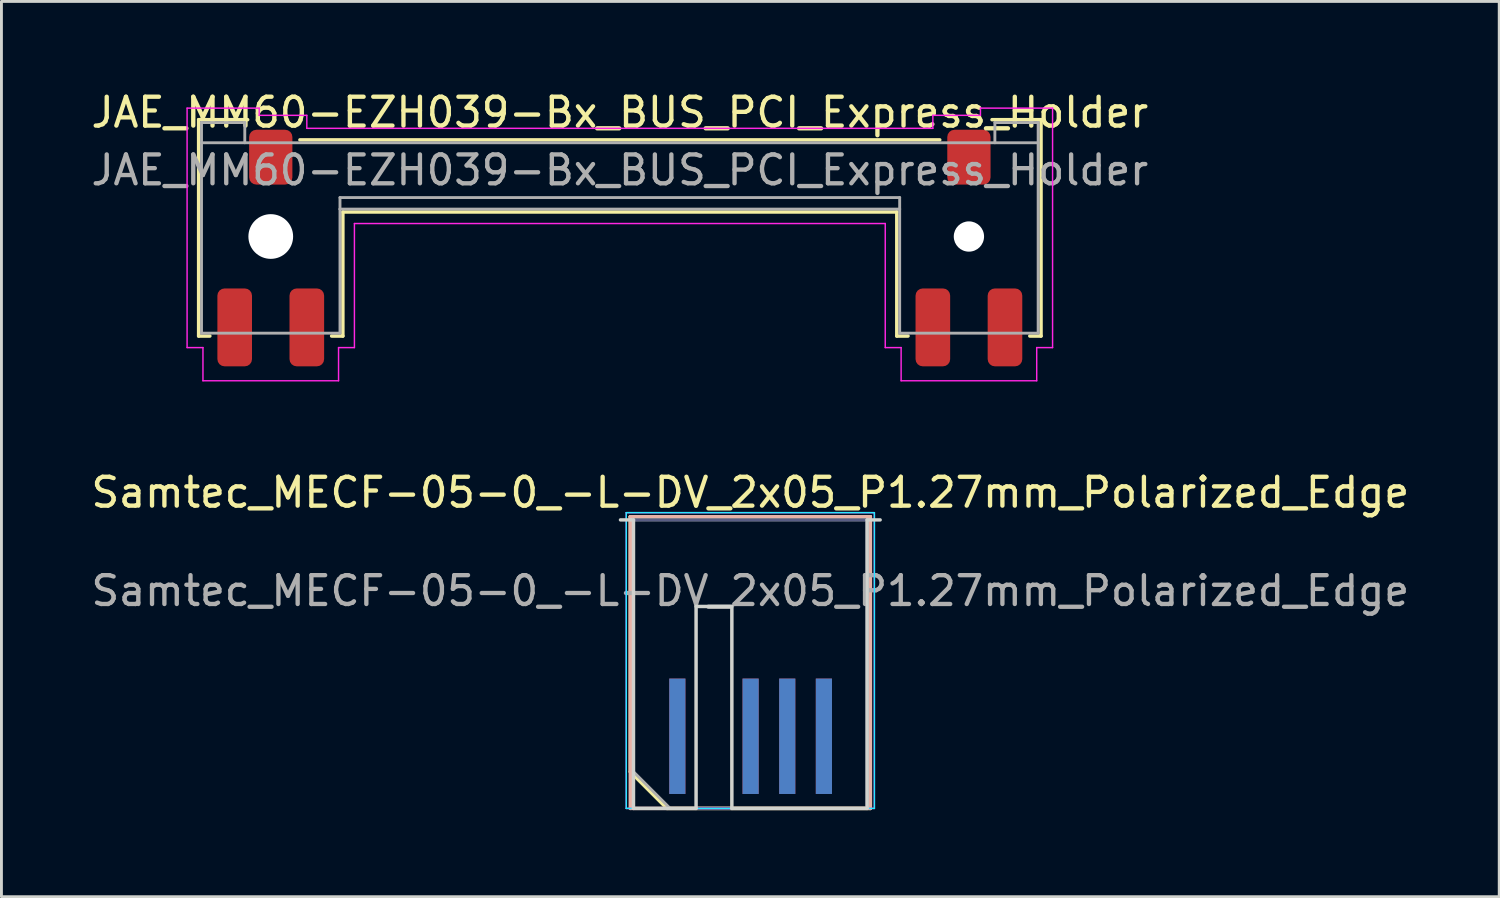
<source format=kicad_pcb>
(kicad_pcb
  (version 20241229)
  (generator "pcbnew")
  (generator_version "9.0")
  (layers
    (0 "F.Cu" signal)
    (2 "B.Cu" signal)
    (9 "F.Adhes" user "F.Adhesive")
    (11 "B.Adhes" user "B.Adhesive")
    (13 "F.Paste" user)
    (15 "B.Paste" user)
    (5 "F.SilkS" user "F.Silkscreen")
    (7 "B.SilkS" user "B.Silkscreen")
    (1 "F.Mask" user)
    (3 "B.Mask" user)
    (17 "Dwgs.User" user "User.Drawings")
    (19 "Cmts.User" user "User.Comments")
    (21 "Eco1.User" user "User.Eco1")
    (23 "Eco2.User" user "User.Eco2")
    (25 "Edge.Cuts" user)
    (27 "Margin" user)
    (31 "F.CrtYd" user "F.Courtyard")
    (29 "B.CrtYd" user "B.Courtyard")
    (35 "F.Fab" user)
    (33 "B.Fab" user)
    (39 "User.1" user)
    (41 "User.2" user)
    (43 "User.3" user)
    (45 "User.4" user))
  (footprint "Samtec_MECF-05-0_-L-DV_2x05_P1.27mm_Polarized_Edge"
    (layer "F.Cu")
    (at 22.958 19.971)
    (property "Reference" "Samtec_MECF-05-0_-L-DV_2x05_P1.27mm_Polarized_Edge" (at 0 -5.95 0) (layer "F.SilkS") (effects (font (size 1 1) (thickness 0.15))))
    (attr exclude_from_pos_files exclude_from_bom)
    (fp_line (start -4.16 -5.11) (end 4.16 -5.11) (stroke (width 0.12) (type solid)) (layer "F.SilkS"))
    (fp_line (start -4.16 3.73) (end -4.16 -5.11) (stroke (width 0.12) (type solid)) (layer "F.SilkS"))
    (fp_line (start -2.89 5) (end -4.16 3.73) (stroke (width 0.12) (type solid)) (layer "F.SilkS"))
    (fp_line (start -2.89 5) (end 4.16 5) (stroke (width 0.12) (type solid)) (layer "F.SilkS"))
    (fp_line (start 4.16 5) (end 4.16 -5.11) (stroke (width 0.12) (type solid)) (layer "F.SilkS"))
    (fp_line (start -4.16 -5.11) (end 4.16 -5.11) (stroke (width 0.12) (type solid)) (layer "B.SilkS"))
    (fp_line (start -4.16 5) (end -4.16 -5.11) (stroke (width 0.12) (type solid)) (layer "B.SilkS"))
    (fp_line (start -4.16 5) (end 4.16 5) (stroke (width 0.12) (type solid)) (layer "B.SilkS"))
    (fp_line (start 4.16 5) (end 4.16 -5.11) (stroke (width 0.12) (type solid)) (layer "B.SilkS"))
    (fp_line (start -4.5 -5) (end -4.05 -5) (stroke (width 0.12) (type solid)) (layer "Edge.Cuts"))
    (fp_line (start -4.05 5) (end -4.05 -5) (stroke (width 0.12) (type solid)) (layer "Edge.Cuts"))
    (fp_line (start -4.05 5) (end -1.88 5) (stroke (width 0.12) (type solid)) (layer "Edge.Cuts"))
    (fp_line (start -1.88 -2) (end -0.64 -2) (stroke (width 0.12) (type solid)) (layer "Edge.Cuts"))
    (fp_line (start -1.88 5) (end -1.88 -2) (stroke (width 0.12) (type solid)) (layer "Edge.Cuts"))
    (fp_line (start -0.64 5) (end -0.64 -2) (stroke (width 0.12) (type solid)) (layer "Edge.Cuts"))
    (fp_line (start -0.64 5) (end 4.05 5) (stroke (width 0.12) (type solid)) (layer "Edge.Cuts"))
    (fp_line (start 4.05 5) (end 4.05 -5) (stroke (width 0.12) (type solid)) (layer "Edge.Cuts"))
    (fp_line (start 4.5 -5) (end 4.05 -5) (stroke (width 0.12) (type solid)) (layer "Edge.Cuts"))
    (fp_line (start -4.3 -5.25) (end -4.3 5) (stroke (width 0.05) (type solid)) (layer "B.CrtYd"))
    (fp_line (start -4.3 5) (end 4.3 5) (stroke (width 0.05) (type solid)) (layer "B.CrtYd"))
    (fp_line (start 4.3 -5.25) (end -4.3 -5.25) (stroke (width 0.05) (type solid)) (layer "B.CrtYd"))
    (fp_line (start 4.3 5) (end 4.3 -5.25) (stroke (width 0.05) (type solid)) (layer "B.CrtYd"))
    (fp_line (start -4.3 -5.25) (end -4.3 5) (stroke (width 0.05) (type solid)) (layer "F.CrtYd"))
    (fp_line (start -4.3 5) (end 4.3 5) (stroke (width 0.05) (type solid)) (layer "F.CrtYd"))
    (fp_line (start 4.3 -5.25) (end -4.3 -5.25) (stroke (width 0.05) (type solid)) (layer "F.CrtYd"))
    (fp_line (start 4.3 5) (end 4.3 -5.25) (stroke (width 0.05) (type solid)) (layer "F.CrtYd"))
    (fp_line (start -4.05 -5) (end 4.05 -5) (stroke (width 0.1) (type solid)) (layer "B.Fab"))
    (fp_line (start -4.05 5) (end -4.05 -5) (stroke (width 0.1) (type solid)) (layer "B.Fab"))
    (fp_line (start -4.05 5) (end 4.05 5) (stroke (width 0.1) (type solid)) (layer "B.Fab"))
    (fp_line (start 4.05 5) (end 4.05 -5) (stroke (width 0.1) (type solid)) (layer "B.Fab"))
    (fp_line (start -4.05 -5) (end 4.05 -5) (stroke (width 0.1) (type solid)) (layer "F.Fab"))
    (fp_line (start -4.05 3.73) (end -4.05 -5) (stroke (width 0.1) (type solid)) (layer "F.Fab"))
    (fp_line (start -4.05 3.73) (end -2.78 5) (stroke (width 0.1) (type solid)) (layer "F.Fab"))
    (fp_line (start -2.78 5) (end 4.05 5) (stroke (width 0.1) (type solid)) (layer "F.Fab"))
    (fp_line (start 4.05 5) (end 4.05 -5) (stroke (width 0.1) (type solid)) (layer "F.Fab"))
    (fp_text user "${REFERENCE}" (at 0 -2.54 0) (layer "F.Fab") (effects (font (size 1 1) (thickness 0.15))))
    (pad "1" connect rect (at -2.53 2.5) (size 0.56 4) (layers "F.Cu" "F.Mask"))
    (pad "2" connect rect (at -2.53 2.5) (size 0.56 4) (layers "B.Cu" "B.Mask"))
    (pad "5" connect rect (at 0.01 2.5) (size 0.56 4) (layers "F.Cu" "F.Mask"))
    (pad "6" connect rect (at 0.01 2.5) (size 0.56 4) (layers "B.Cu" "B.Mask"))
    (pad "7" connect rect (at 1.28 2.5) (size 0.56 4) (layers "F.Cu" "F.Mask"))
    (pad "8" connect rect (at 1.28 2.5) (size 0.56 4) (layers "B.Cu" "B.Mask"))
    (pad "9" connect rect (at 2.55 2.5) (size 0.56 4) (layers "F.Cu" "F.Mask"))
    (pad "10" connect rect (at 2.55 2.5) (size 0.56 4) (layers "B.Cu" "B.Mask")))
  (footprint "JAE_MM60-EZH039-Bx_BUS_PCI_Express_Holder"
    (layer "F.Cu")
    (at 18.435 2.848)
    (property "Reference" "JAE_MM60-EZH039-Bx_BUS_PCI_Express_Holder" (at 0 -2 0) (layer "F.SilkS") (effects (font (size 1 1) (thickness 0.15))))
    (attr smd)
    (fp_line (start -14.6 -1.75) (end -12.9 -1.75) (stroke (width 0.12) (type solid)) (layer "F.SilkS"))
    (fp_line (start -14.6 5.75) (end -14.6 -1.75) (stroke (width 0.12) (type solid)) (layer "F.SilkS"))
    (fp_line (start -14.6 5.75) (end -14.21 5.75) (stroke (width 0.12) (type solid)) (layer "F.SilkS"))
    (fp_line (start -11.09 -1.05) (end 11.09 -1.05) (stroke (width 0.12) (type solid)) (layer "F.SilkS"))
    (fp_line (start -9.99 5.75) (end -9.6 5.75) (stroke (width 0.12) (type solid)) (layer "F.SilkS"))
    (fp_line (start -9.6 1.45) (end 9.6 1.45) (stroke (width 0.12) (type solid)) (layer "F.SilkS"))
    (fp_line (start -9.6 5.75) (end -9.6 1.45) (stroke (width 0.12) (type solid)) (layer "F.SilkS"))
    (fp_line (start 9.6 5.75) (end 9.6 1.45) (stroke (width 0.12) (type solid)) (layer "F.SilkS"))
    (fp_line (start 9.99 5.75) (end 9.6 5.75) (stroke (width 0.12) (type solid)) (layer "F.SilkS"))
    (fp_line (start 14.21 5.75) (end 14.6 5.75) (stroke (width 0.12) (type solid)) (layer "F.SilkS"))
    (fp_line (start 14.6 -1.75) (end 12.9 -1.75) (stroke (width 0.12) (type solid)) (layer "F.SilkS"))
    (fp_line (start 14.6 5.75) (end 14.6 -1.75) (stroke (width 0.12) (type solid)) (layer "F.SilkS"))
    (fp_line (start -15 -2.15) (end -15 6.15) (stroke (width 0.05) (type default)) (layer "F.CrtYd"))
    (fp_line (start -15 -2.15) (end -12.5 -2.15) (stroke (width 0.05) (type default)) (layer "F.CrtYd"))
    (fp_line (start -15 6.15) (end -14.45 6.15) (stroke (width 0.05) (type default)) (layer "F.CrtYd"))
    (fp_line (start -14.45 6.15) (end -14.45 7.3) (stroke (width 0.05) (type default)) (layer "F.CrtYd"))
    (fp_line (start -14.45 7.3) (end -9.75 7.3) (stroke (width 0.05) (type default)) (layer "F.CrtYd"))
    (fp_line (start -12.5 -2.15) (end -12.5 -1.9) (stroke (width 0.05) (type default)) (layer "F.CrtYd"))
    (fp_line (start -12.5 -1.9) (end -10.85 -1.9) (stroke (width 0.05) (type default)) (layer "F.CrtYd"))
    (fp_line (start -10.85 -1.9) (end -10.85 -1.45) (stroke (width 0.05) (type default)) (layer "F.CrtYd"))
    (fp_line (start -9.75 6.15) (end -9.2 6.15) (stroke (width 0.05) (type default)) (layer "F.CrtYd"))
    (fp_line (start -9.75 7.3) (end -9.75 6.15) (stroke (width 0.05) (type default)) (layer "F.CrtYd"))
    (fp_line (start -9.2 1.85) (end 9.2 1.85) (stroke (width 0.05) (type default)) (layer "F.CrtYd"))
    (fp_line (start -9.2 6.15) (end -9.2 1.85) (stroke (width 0.05) (type default)) (layer "F.CrtYd"))
    (fp_line (start 9.2 6.15) (end 9.2 1.85) (stroke (width 0.05) (type default)) (layer "F.CrtYd"))
    (fp_line (start 9.75 6.15) (end 9.2 6.15) (stroke (width 0.05) (type default)) (layer "F.CrtYd"))
    (fp_line (start 9.75 7.3) (end 9.75 6.15) (stroke (width 0.05) (type default)) (layer "F.CrtYd"))
    (fp_line (start 10.85 -1.9) (end 10.85 -1.45) (stroke (width 0.05) (type default)) (layer "F.CrtYd"))
    (fp_line (start 10.85 -1.45) (end -10.85 -1.45) (stroke (width 0.05) (type default)) (layer "F.CrtYd"))
    (fp_line (start 12.5 -2.15) (end 12.5 -1.9) (stroke (width 0.05) (type default)) (layer "F.CrtYd"))
    (fp_line (start 12.5 -1.9) (end 10.85 -1.9) (stroke (width 0.05) (type default)) (layer "F.CrtYd"))
    (fp_line (start 14.45 6.15) (end 14.45 7.3) (stroke (width 0.05) (type default)) (layer "F.CrtYd"))
    (fp_line (start 14.45 7.3) (end 9.75 7.3) (stroke (width 0.05) (type default)) (layer "F.CrtYd"))
    (fp_line (start 15 -2.15) (end 12.5 -2.15) (stroke (width 0.05) (type default)) (layer "F.CrtYd"))
    (fp_line (start 15 -2.15) (end 15 6.15) (stroke (width 0.05) (type default)) (layer "F.CrtYd"))
    (fp_line (start 15 6.15) (end 14.45 6.15) (stroke (width 0.05) (type default)) (layer "F.CrtYd"))
    (fp_line (start -14.5 -1.65) (end -13 -1.65) (stroke (width 0.1) (type default)) (layer "F.Fab"))
    (fp_line (start -14.5 -0.95) (end 14.5 -0.95) (stroke (width 0.1) (type solid)) (layer "F.Fab"))
    (fp_line (start -14.5 5.65) (end -14.5 -1.65) (stroke (width 0.1) (type solid)) (layer "F.Fab"))
    (fp_line (start -13 -1.65) (end -13 -0.95) (stroke (width 0.1) (type default)) (layer "F.Fab"))
    (fp_line (start -9.7 0.95) (end 9.7 0.95) (stroke (width 0.1) (type default)) (layer "F.Fab"))
    (fp_line (start -9.7 1.35) (end -9.7 0.95) (stroke (width 0.1) (type default)) (layer "F.Fab"))
    (fp_line (start -9.7 1.35) (end -9.7 5.65) (stroke (width 0.1) (type solid)) (layer "F.Fab"))
    (fp_line (start -9.7 1.35) (end 9.7 1.35) (stroke (width 0.1) (type default)) (layer "F.Fab"))
    (fp_line (start -9.7 5.65) (end -14.5 5.65) (stroke (width 0.1) (type solid)) (layer "F.Fab"))
    (fp_line (start 9.7 1.35) (end 9.7 0.95) (stroke (width 0.1) (type default)) (layer "F.Fab"))
    (fp_line (start 9.7 1.35) (end 9.7 5.65) (stroke (width 0.1) (type solid)) (layer "F.Fab"))
    (fp_line (start 13 -1.65) (end 13 -0.95) (stroke (width 0.1) (type default)) (layer "F.Fab"))
    (fp_line (start 14.5 -1.65) (end 13 -1.65) (stroke (width 0.1) (type default)) (layer "F.Fab"))
    (fp_line (start 14.5 -1.65) (end 14.5 5.65) (stroke (width 0.1) (type solid)) (layer "F.Fab"))
    (fp_line (start 14.5 5.65) (end 9.7 5.65) (stroke (width 0.1) (type solid)) (layer "F.Fab"))
    (fp_text user "${REFERENCE}" (at 0 0 0) (layer "F.Fab") (effects (font (size 1 1) (thickness 0.15))))
    (pad "" np_thru_hole circle (at -12.1 2.3) (size 1.55 1.55) (drill 1.55) (layers "*.Cu" "*.Mask"))
    (pad "" np_thru_hole circle (at 12.1 2.3) (size 1.05 1.05) (drill 1.05) (layers "*.Cu" "*.Mask"))
    (pad "MP" smd roundrect (at -13.35 5.45) (size 1.2 2.7) (layers "F.Cu" "F.Mask" "F.Paste") (roundrect_rratio 0.208))
    (pad "MP" smd roundrect (at -12.1 -0.45) (size 1.5 1.9) (layers "F.Cu" "F.Mask" "F.Paste") (roundrect_rratio 0.167))
    (pad "MP" smd roundrect (at -10.85 5.45) (size 1.2 2.7) (layers "F.Cu" "F.Mask" "F.Paste") (roundrect_rratio 0.208))
    (pad "MP" smd roundrect (at 10.85 5.45) (size 1.2 2.7) (layers "F.Cu" "F.Mask" "F.Paste") (roundrect_rratio 0.208))
    (pad "MP" smd roundrect (at 12.1 -0.45) (size 1.5 1.9) (layers "F.Cu" "F.Mask" "F.Paste") (roundrect_rratio 0.167))
    (pad "MP" smd roundrect (at 13.35 5.45) (size 1.2 2.7) (layers "F.Cu" "F.Mask" "F.Paste") (roundrect_rratio 0.208)))
  (gr_rect
    (start -3 -3)
    (end 48.917 28.032)
    (stroke (width 0.1) (type default))
    (fill no)
    (layer "Edge.Cuts")))
</source>
